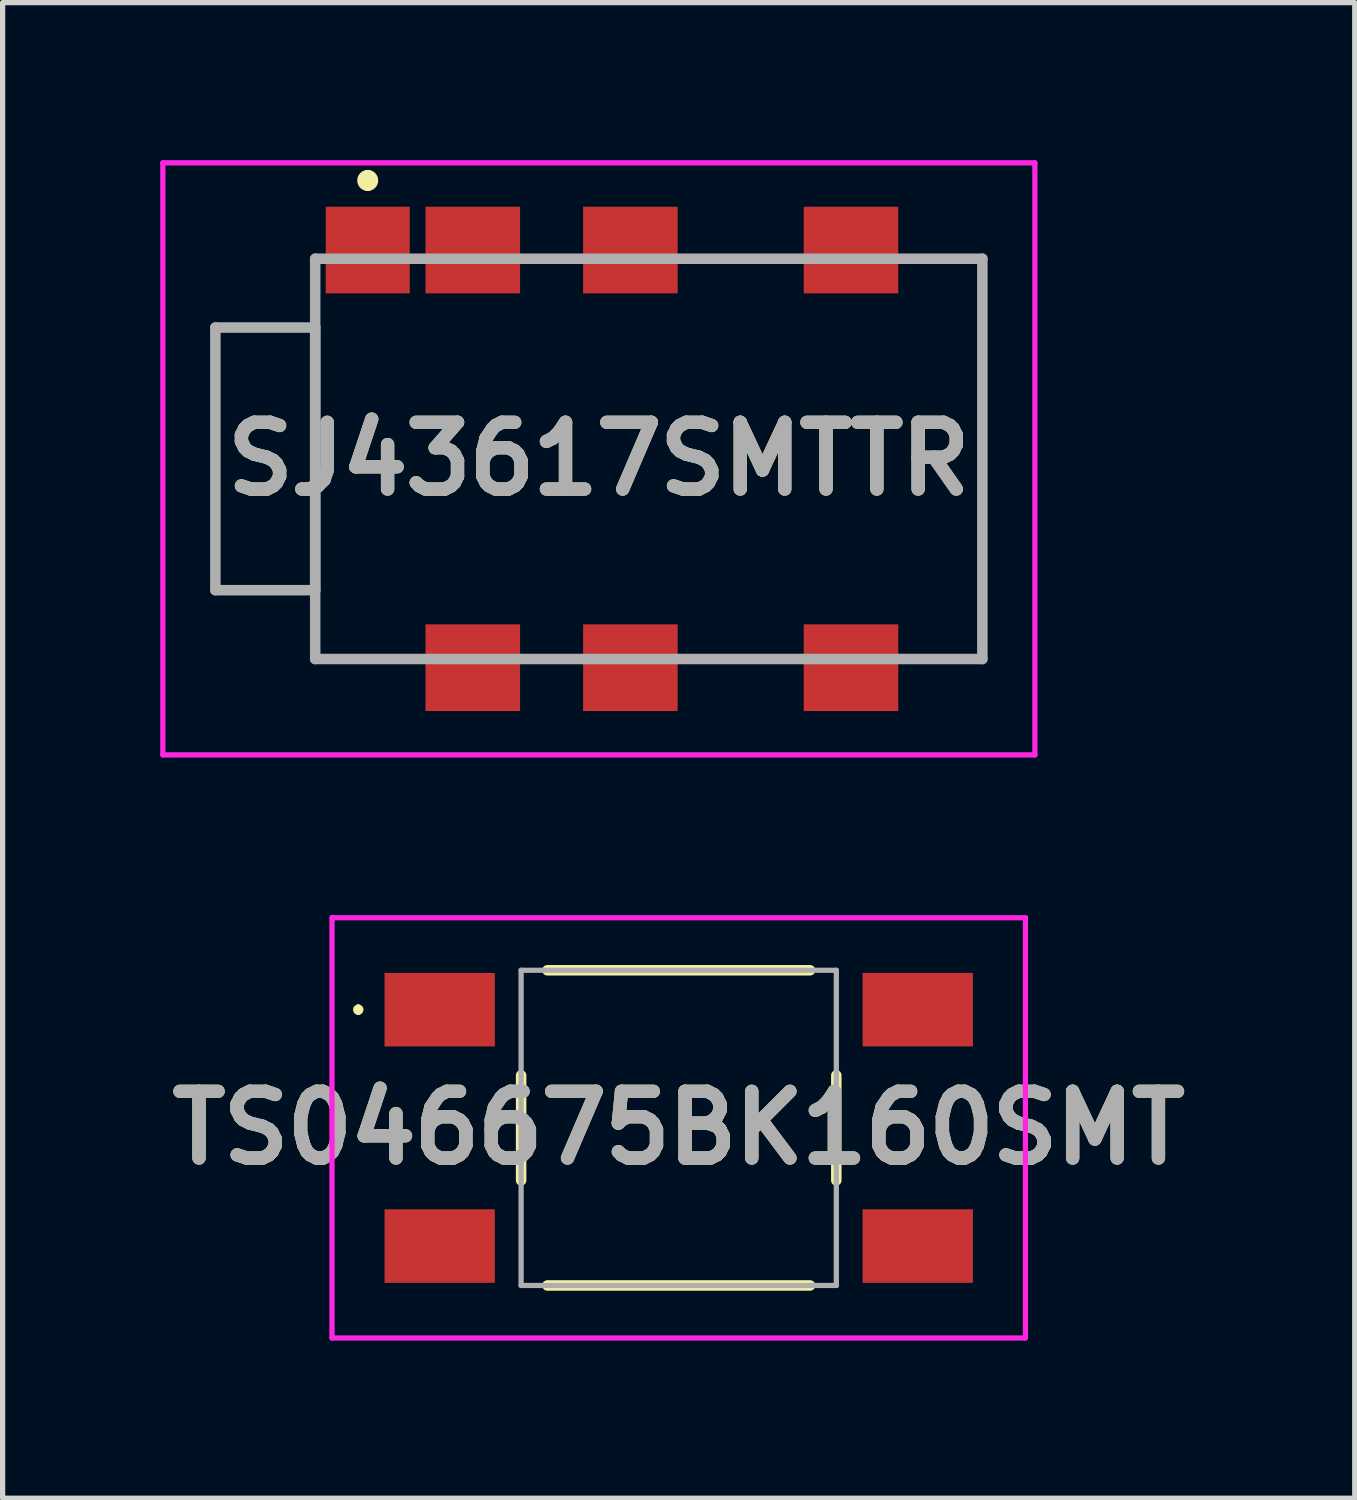
<source format=kicad_pcb>
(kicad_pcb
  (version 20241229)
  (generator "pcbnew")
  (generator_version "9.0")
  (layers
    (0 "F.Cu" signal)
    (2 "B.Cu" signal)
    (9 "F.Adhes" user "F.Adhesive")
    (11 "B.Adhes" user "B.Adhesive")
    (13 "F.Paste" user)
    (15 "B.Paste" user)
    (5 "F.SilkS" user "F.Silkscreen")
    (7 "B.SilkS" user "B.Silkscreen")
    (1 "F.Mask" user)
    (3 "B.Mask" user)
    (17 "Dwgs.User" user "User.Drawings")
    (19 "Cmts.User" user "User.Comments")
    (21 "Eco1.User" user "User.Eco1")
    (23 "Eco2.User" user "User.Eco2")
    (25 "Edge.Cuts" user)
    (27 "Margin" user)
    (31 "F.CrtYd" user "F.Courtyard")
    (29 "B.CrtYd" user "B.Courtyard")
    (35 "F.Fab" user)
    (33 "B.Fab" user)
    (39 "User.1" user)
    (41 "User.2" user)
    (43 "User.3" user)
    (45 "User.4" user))
  (footprint "SJ43617SMTTR"
    (layer "F.Cu")
    (at 8.35 5.685)
    (property "Reference" "SJ43617SMTTR" (at 0 0 0) (layer "F.SilkS") (effects (font (size 1.27 1.27) (thickness 0.254))))
    (attr smd)
    (fp_line (start -7.3 -2.5) (end -5.4 -2.5) (stroke (width 0.1) (type solid)) (layer "F.SilkS"))
    (fp_line (start -7.3 2.5) (end -7.3 -2.5) (stroke (width 0.1) (type solid)) (layer "F.SilkS"))
    (fp_line (start -5.4 2.5) (end -7.3 2.5) (stroke (width 0.1) (type solid)) (layer "F.SilkS"))
    (fp_line (start -5.4 3.81) (end -5.4 2.5) (stroke (width 0.1) (type solid)) (layer "F.SilkS"))
    (fp_line (start -4.4 -5.4) (end -4.4 -5.4) (stroke (width 0.2) (type solid)) (layer "F.SilkS"))
    (fp_line (start -4.4 -5.2) (end -4.4 -5.2) (stroke (width 0.2) (type solid)) (layer "F.SilkS"))
    (fp_line (start -3.9 3.81) (end -5.4 3.81) (stroke (width 0.1) (type solid)) (layer "F.SilkS"))
    (fp_line (start 2.1 -3.81) (end 3.1 -3.81) (stroke (width 0.1) (type solid)) (layer "F.SilkS"))
    (fp_line (start 6.6 -3.81) (end 7.3 -3.81) (stroke (width 0.1) (type solid)) (layer "F.SilkS"))
    (fp_line (start 7.3 -3.81) (end 7.3 3.81) (stroke (width 0.1) (type solid)) (layer "F.SilkS"))
    (fp_line (start 7.3 3.81) (end 6.6 3.81) (stroke (width 0.1) (type solid)) (layer "F.SilkS"))
    (fp_arc (start -4.4 -5.4) (mid -4.3 -5.3) (end -4.4 -5.2) (stroke (width 0.2) (type solid)) (layer "F.SilkS"))
    (fp_arc (start -4.4 -5.2) (mid -4.5 -5.3) (end -4.4 -5.4) (stroke (width 0.2) (type solid)) (layer "F.SilkS"))
    (fp_line (start -8.3 -5.635) (end 8.3 -5.635) (stroke (width 0.1) (type solid)) (layer "F.CrtYd"))
    (fp_line (start -8.3 5.635) (end -8.3 -5.635) (stroke (width 0.1) (type solid)) (layer "F.CrtYd"))
    (fp_line (start 8.3 -5.635) (end 8.3 5.635) (stroke (width 0.1) (type solid)) (layer "F.CrtYd"))
    (fp_line (start 8.3 5.635) (end -8.3 5.635) (stroke (width 0.1) (type solid)) (layer "F.CrtYd"))
    (fp_line (start -7.3 -2.5) (end -7.3 2.5) (stroke (width 0.2) (type solid)) (layer "F.Fab"))
    (fp_line (start -7.3 2.5) (end -5.4 2.5) (stroke (width 0.2) (type solid)) (layer "F.Fab"))
    (fp_line (start -5.4 -3.81) (end 7.3 -3.81) (stroke (width 0.2) (type solid)) (layer "F.Fab"))
    (fp_line (start -5.4 -2.5) (end -7.3 -2.5) (stroke (width 0.2) (type solid)) (layer "F.Fab"))
    (fp_line (start -5.4 2.5) (end -5.4 -2.5) (stroke (width 0.2) (type solid)) (layer "F.Fab"))
    (fp_line (start -5.4 3.81) (end -5.4 -3.81) (stroke (width 0.2) (type solid)) (layer "F.Fab"))
    (fp_line (start 7.3 -3.81) (end 7.3 3.81) (stroke (width 0.2) (type solid)) (layer "F.Fab"))
    (fp_line (start 7.3 3.81) (end -5.4 3.81) (stroke (width 0.2) (type solid)) (layer "F.Fab"))
    (fp_text user "${REFERENCE}" (at 0 0 0) (layer "F.Fab") (effects (font (size 1.27 1.27) (thickness 0.254))))
    (pad "1" smd rect (at -4.4 -3.975) (size 1.6 1.65) (layers "F.Cu" "F.Mask" "F.Paste"))
    (pad "2" smd rect (at 4.8 3.975 90) (size 1.65 1.8) (layers "F.Cu" "F.Mask" "F.Paste"))
    (pad "3" smd rect (at 0.6 3.975 90) (size 1.65 1.8) (layers "F.Cu" "F.Mask" "F.Paste"))
    (pad "4" smd rect (at -2.4 3.975 90) (size 1.65 1.8) (layers "F.Cu" "F.Mask" "F.Paste"))
    (pad "10" smd rect (at 4.8 -3.975 90) (size 1.65 1.8) (layers "F.Cu" "F.Mask" "F.Paste"))
    (pad "11" smd rect (at 0.6 -3.975 90) (size 1.65 1.8) (layers "F.Cu" "F.Mask" "F.Paste"))
    (pad "12" smd rect (at -2.4 -3.975 90) (size 1.65 1.8) (layers "F.Cu" "F.Mask" "F.Paste")))
  (footprint "TS046675BK160SMT"
    (layer "F.Cu")
    (at 9.87 18.42)
    (property "Reference" "TS046675BK160SMT" (at 0 0 0) (layer "F.SilkS") (effects (font (size 1.27 1.27) (thickness 0.254))))
    (attr smd)
    (fp_line (start -6.1 -2.3) (end -6.1 -2.3) (stroke (width 0.1) (type solid)) (layer "F.SilkS"))
    (fp_line (start -6.1 -2.2) (end -6.1 -2.2) (stroke (width 0.1) (type solid)) (layer "F.SilkS"))
    (fp_line (start -3 -1) (end -3 1) (stroke (width 0.2) (type solid)) (layer "F.SilkS"))
    (fp_line (start -2.5 -3) (end 2.5 -3) (stroke (width 0.2) (type solid)) (layer "F.SilkS"))
    (fp_line (start -2.5 3) (end 2.5 3) (stroke (width 0.2) (type solid)) (layer "F.SilkS"))
    (fp_line (start 3 -1) (end 3 1) (stroke (width 0.2) (type solid)) (layer "F.SilkS"))
    (fp_arc (start -6.1 -2.3) (mid -6.05 -2.25) (end -6.1 -2.2) (stroke (width 0.1) (type solid)) (layer "F.SilkS"))
    (fp_arc (start -6.1 -2.2) (mid -6.15 -2.25) (end -6.1 -2.3) (stroke (width 0.1) (type solid)) (layer "F.SilkS"))
    (fp_line (start -6.6 -4) (end 6.6 -4) (stroke (width 0.1) (type solid)) (layer "F.CrtYd"))
    (fp_line (start -6.6 4) (end -6.6 -4) (stroke (width 0.1) (type solid)) (layer "F.CrtYd"))
    (fp_line (start 6.6 -4) (end 6.6 4) (stroke (width 0.1) (type solid)) (layer "F.CrtYd"))
    (fp_line (start 6.6 4) (end -6.6 4) (stroke (width 0.1) (type solid)) (layer "F.CrtYd"))
    (fp_line (start -3 -3) (end 3 -3) (stroke (width 0.1) (type solid)) (layer "F.Fab"))
    (fp_line (start -3 3) (end -3 -3) (stroke (width 0.1) (type solid)) (layer "F.Fab"))
    (fp_line (start 3 -3) (end 3 3) (stroke (width 0.1) (type solid)) (layer "F.Fab"))
    (fp_line (start 3 3) (end -3 3) (stroke (width 0.1) (type solid)) (layer "F.Fab"))
    (fp_text user "${REFERENCE}" (at 0 0 0) (layer "F.Fab") (effects (font (size 1.27 1.27) (thickness 0.254))))
    (pad "1" smd rect (at -4.55 -2.25 90) (size 1.4 2.1) (layers "F.Cu" "F.Mask" "F.Paste"))
    (pad "2" smd rect (at 4.55 -2.25 90) (size 1.4 2.1) (layers "F.Cu" "F.Mask" "F.Paste"))
    (pad "3" smd rect (at -4.55 2.25 90) (size 1.4 2.1) (layers "F.Cu" "F.Mask" "F.Paste"))
    (pad "4" smd rect (at 4.55 2.25 90) (size 1.4 2.1) (layers "F.Cu" "F.Mask" "F.Paste")))
  (gr_rect
    (start -3 -3)
    (end 22.739 25.47)
    (stroke (width 0.1) (type default))
    (fill no)
    (layer "Edge.Cuts")))
</source>
